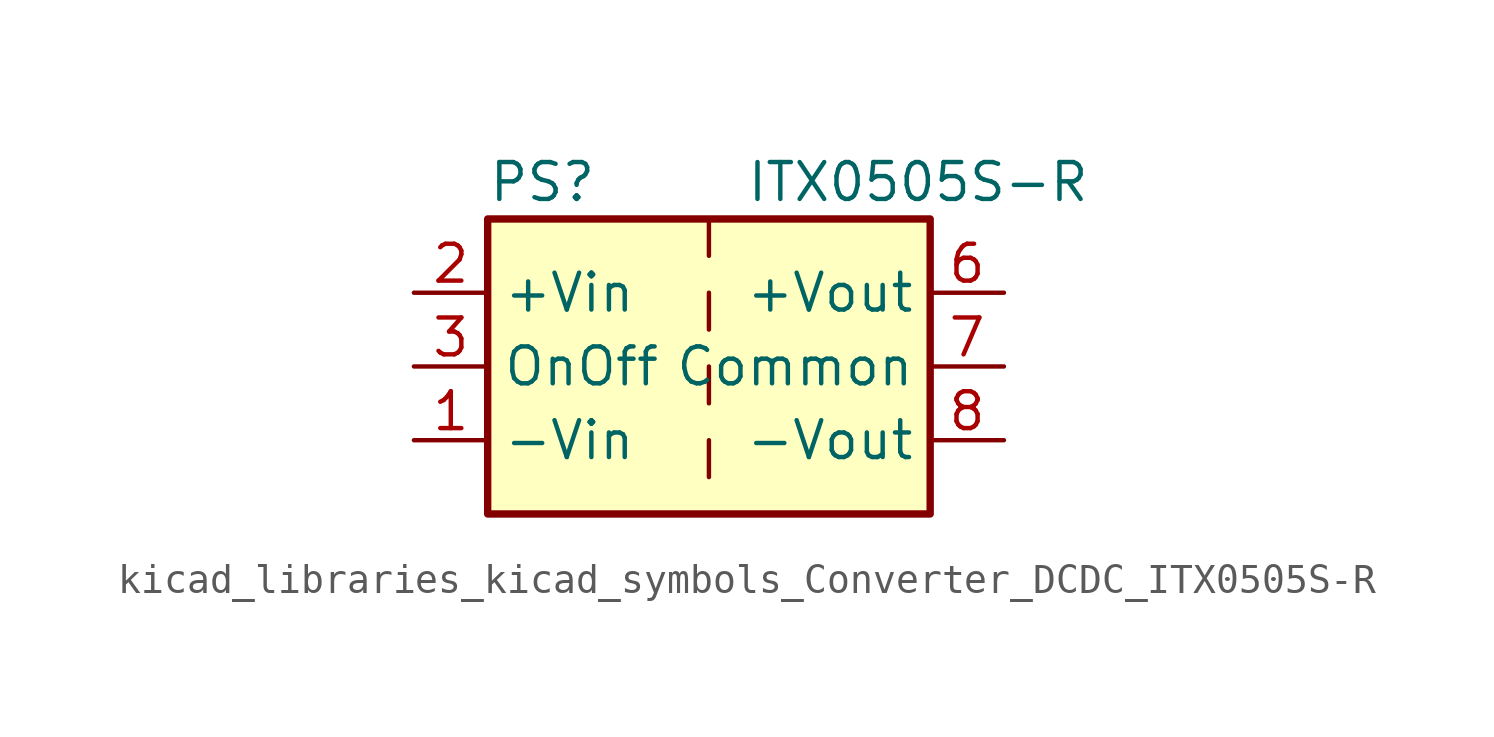
<source format=kicad_sym>
(kicad_symbol_lib
  (version 20220914)
  (generator kicad_symbol_editor)
  (symbol "kicad_libraries_kicad_symbols_Converter_DCDC_ITX0505S-R"
    (property "Reference" "PS"
      (at -7.62 6.35 0)
      (effects (font (size 1.27 1.27)) (justify left)))
    (property "Value" "ITX0505S-R"
      (at 1.27 6.35 0)
      (effects (font (size 1.27 1.27)) (justify left)))
    (symbol "kicad_libraries_kicad_symbols_Converter_DCDC_ITX0505S-R_0_0"
      (pin power_in line (at -10.16 -2.54 0) (length 2.54) (name "-Vin" (effects (font (size 1.27 1.27)))) (number "1" (effects (font (size 1.27 1.27)))))
      (pin power_in line (at -10.16 2.54 0) (length 2.54) (name "+Vin" (effects (font (size 1.27 1.27)))) (number "2" (effects (font (size 1.27 1.27)))))
      (pin input line (at -10.16 0 0) (length 2.54) (name "OnOff" (effects (font (size 1.27 1.27)))) (number "3" (effects (font (size 1.27 1.27)))))
      (pin no_connect line (at 0 5.08 270) (length 2.54) hide (name "NC" (effects (font (size 1.27 1.27)))) (number "5" (effects (font (size 1.27 1.27)))))
      (pin power_out line (at 10.16 2.54 180) (length 2.54) (name "+Vout" (effects (font (size 1.27 1.27)))) (number "6" (effects (font (size 1.27 1.27)))))
      (pin power_out line (at 10.16 0 180) (length 2.54) (name "Common" (effects (font (size 1.27 1.27)))) (number "7" (effects (font (size 1.27 1.27)))))
      (pin power_out line (at 10.16 -2.54 180) (length 2.54) (name "-Vout" (effects (font (size 1.27 1.27)))) (number "8" (effects (font (size 1.27 1.27))))))
    (symbol "kicad_libraries_kicad_symbols_Converter_DCDC_ITX0505S-R_0_1"
      (rectangle (start -7.62 5.08) (end 7.62 -5.08) (stroke (width 0.254) (type default)) (fill (type background)))
      (polyline (pts (xy 0 -2.54) (xy 0 -3.81)) (stroke (width 0) (type default)) (fill (type none)))
      (polyline (pts (xy 0 0) (xy 0 -1.27)) (stroke (width 0) (type default)) (fill (type none)))
      (polyline (pts (xy 0 2.54) (xy 0 1.27)) (stroke (width 0) (type default)) (fill (type none)))
      (polyline (pts (xy 0 5.08) (xy 0 3.81)) (stroke (width 0) (type default)) (fill (type none))))))
</source>
